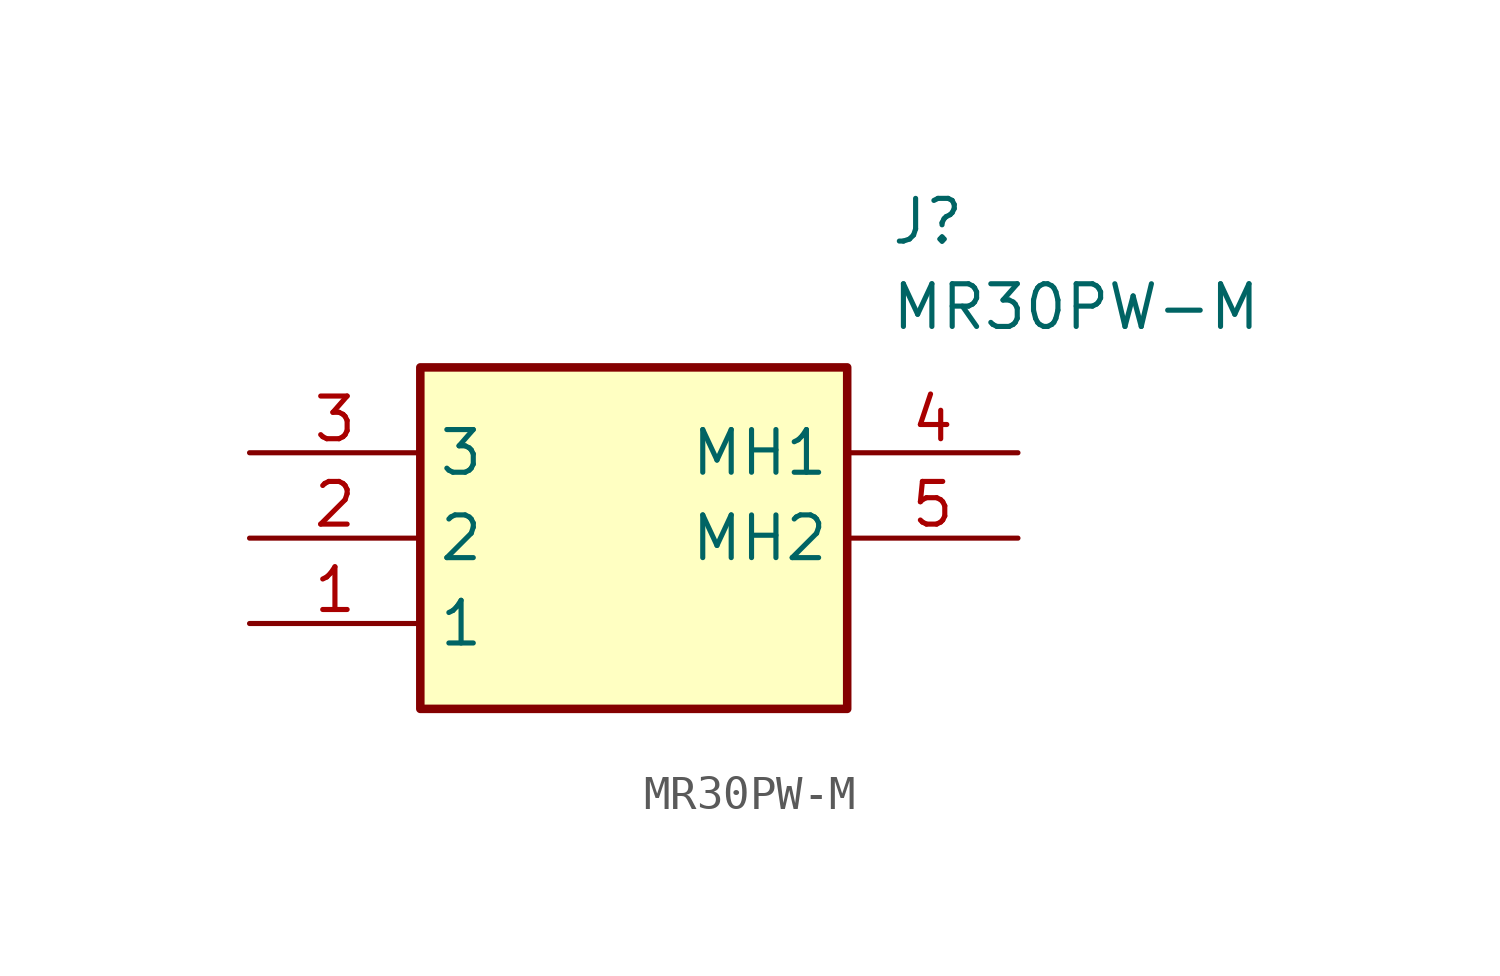
<source format=kicad_sym>
(kicad_symbol_lib
  (version 20211014)
  (generator SamacSys_ECAD_Model)
  (symbol "MR30PW-M"
    (property "Reference" "J"
      (at 19.05 7.62 0)
      (effects (font (size 1.27 1.27)) (justify left top)))
    (property "Value" "MR30PW-M"
      (at 19.05 5.08 0)
      (effects (font (size 1.27 1.27)) (justify left top)))
    (rectangle
      (start 5.08 2.54)
      (end 17.78 -7.62)
      (stroke (width 0.254) (type default))
      (fill (type background)))
    (pin passive line
      (at 0 -5.08 0)
      (length 5.08)
      (name "1" (effects (font (size 1.27 1.27))))
      (number "1" (effects (font (size 1.27 1.27)))))
    (pin passive line
      (at 0 -2.54 0)
      (length 5.08)
      (name "2" (effects (font (size 1.27 1.27))))
      (number "2" (effects (font (size 1.27 1.27)))))
    (pin passive line
      (at 0 0 0)
      (length 5.08)
      (name "3" (effects (font (size 1.27 1.27))))
      (number "3" (effects (font (size 1.27 1.27)))))
    (pin passive line
      (at 22.86 0 180)
      (length 5.08)
      (name "MH1" (effects (font (size 1.27 1.27))))
      (number "4" (effects (font (size 1.27 1.27)))))
    (pin passive line
      (at 22.86 -2.54 180)
      (length 5.08)
      (name "MH2" (effects (font (size 1.27 1.27))))
      (number "5" (effects (font (size 1.27 1.27)))))))
</source>
